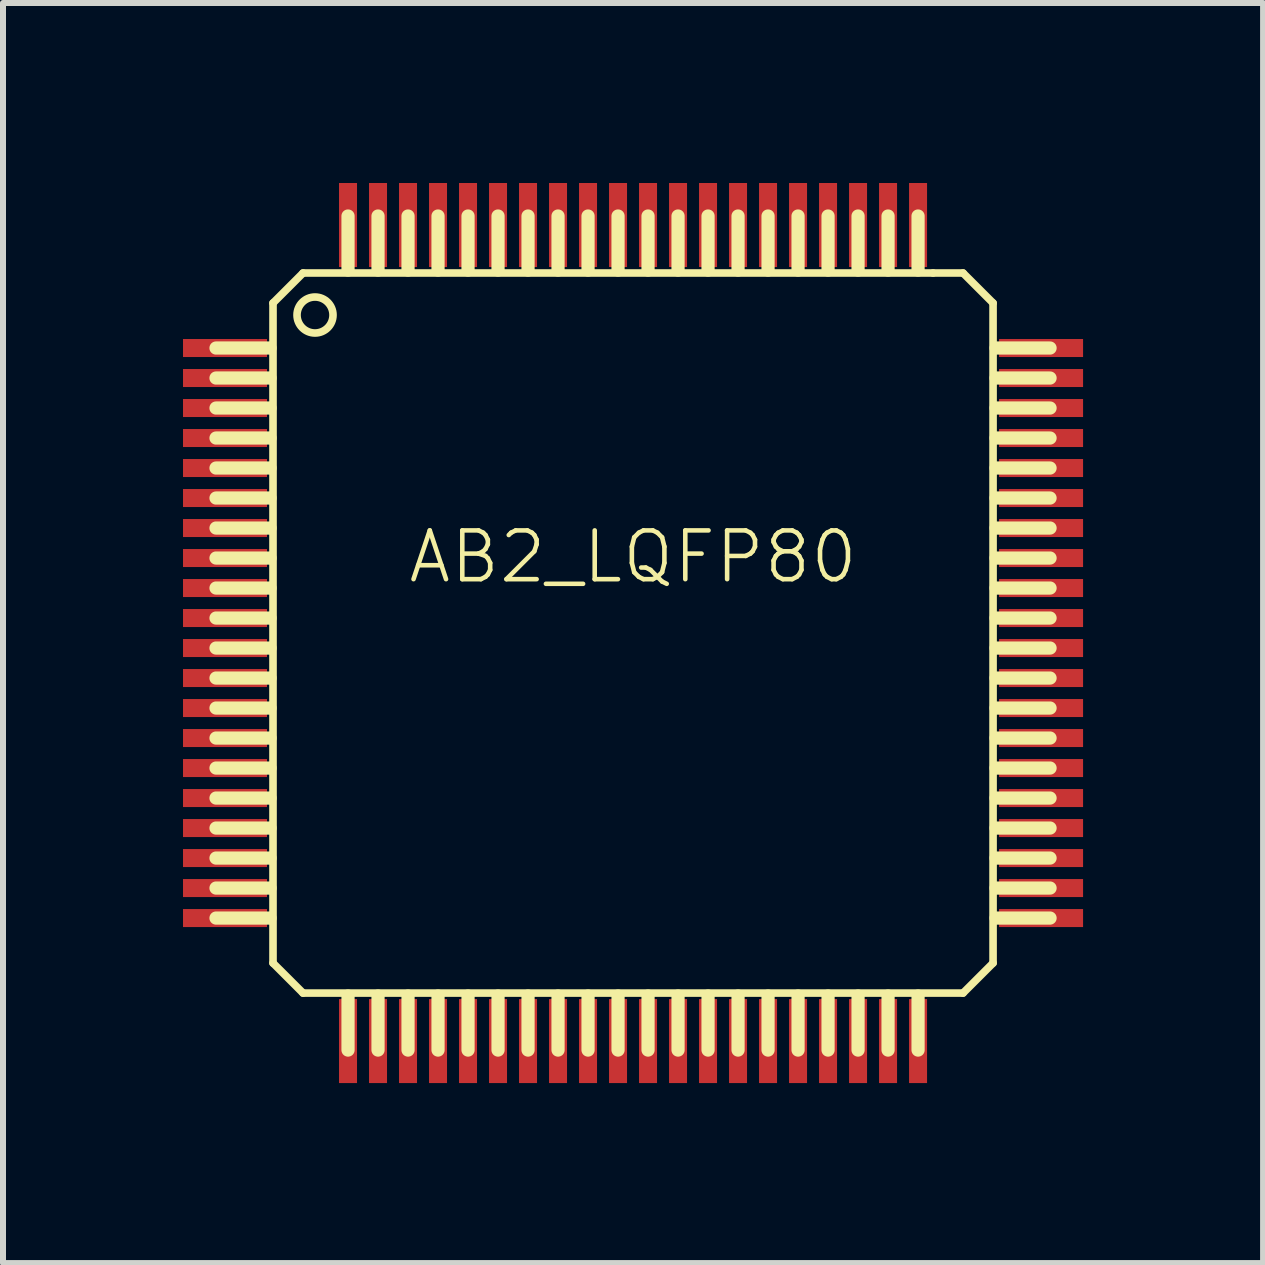
<source format=kicad_pcb>
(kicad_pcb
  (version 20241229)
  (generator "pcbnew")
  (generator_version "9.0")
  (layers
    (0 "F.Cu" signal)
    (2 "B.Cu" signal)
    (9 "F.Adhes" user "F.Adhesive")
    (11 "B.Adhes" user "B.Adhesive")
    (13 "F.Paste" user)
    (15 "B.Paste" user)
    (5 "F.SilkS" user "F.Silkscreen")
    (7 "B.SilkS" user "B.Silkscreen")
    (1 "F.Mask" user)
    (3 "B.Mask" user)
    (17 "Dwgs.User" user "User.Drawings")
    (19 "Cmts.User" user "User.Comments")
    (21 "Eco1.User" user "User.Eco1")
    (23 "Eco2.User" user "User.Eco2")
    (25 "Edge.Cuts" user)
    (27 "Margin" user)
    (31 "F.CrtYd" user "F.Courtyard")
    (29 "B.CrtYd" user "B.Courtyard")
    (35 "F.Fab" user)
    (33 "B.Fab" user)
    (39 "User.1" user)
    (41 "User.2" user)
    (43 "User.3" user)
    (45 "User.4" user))
  (footprint "AB2_LQFP80"
    (layer "F.Cu")
    (at 7.5 7.5)
    (property "Reference" "AB2_LQFP80" (at 0 -1.27 0) (layer "F.SilkS") (effects (font (size 0.813 0.813) (thickness 0.076))))
    (attr through_hole)
    (fp_line (start -6.05 -4.75) (end -6.95 -4.75) (stroke (width 0.22) (type solid)) (layer "F.SilkS"))
    (fp_line (start -6.05 -4.25) (end -6.95 -4.25) (stroke (width 0.22) (type solid)) (layer "F.SilkS"))
    (fp_line (start -6.05 -3.75) (end -6.95 -3.75) (stroke (width 0.22) (type solid)) (layer "F.SilkS"))
    (fp_line (start -6.05 -3.25) (end -6.95 -3.25) (stroke (width 0.22) (type solid)) (layer "F.SilkS"))
    (fp_line (start -6.05 -2.75) (end -6.95 -2.75) (stroke (width 0.22) (type solid)) (layer "F.SilkS"))
    (fp_line (start -6.05 -2.25) (end -6.95 -2.25) (stroke (width 0.22) (type solid)) (layer "F.SilkS"))
    (fp_line (start -6.05 -1.75) (end -6.95 -1.75) (stroke (width 0.22) (type solid)) (layer "F.SilkS"))
    (fp_line (start -6.05 -1.25) (end -6.95 -1.25) (stroke (width 0.22) (type solid)) (layer "F.SilkS"))
    (fp_line (start -6.05 -0.75) (end -6.95 -0.75) (stroke (width 0.22) (type solid)) (layer "F.SilkS"))
    (fp_line (start -6.05 -0.25) (end -6.95 -0.25) (stroke (width 0.22) (type solid)) (layer "F.SilkS"))
    (fp_line (start -6.05 0.25) (end -6.95 0.25) (stroke (width 0.22) (type solid)) (layer "F.SilkS"))
    (fp_line (start -6.05 0.75) (end -6.95 0.75) (stroke (width 0.22) (type solid)) (layer "F.SilkS"))
    (fp_line (start -6.05 1.25) (end -6.95 1.25) (stroke (width 0.22) (type solid)) (layer "F.SilkS"))
    (fp_line (start -6.05 1.75) (end -6.95 1.75) (stroke (width 0.22) (type solid)) (layer "F.SilkS"))
    (fp_line (start -6.05 2.25) (end -6.95 2.25) (stroke (width 0.22) (type solid)) (layer "F.SilkS"))
    (fp_line (start -6.05 2.75) (end -6.95 2.75) (stroke (width 0.22) (type solid)) (layer "F.SilkS"))
    (fp_line (start -6.05 3.25) (end -6.95 3.25) (stroke (width 0.22) (type solid)) (layer "F.SilkS"))
    (fp_line (start -6.05 3.75) (end -6.95 3.75) (stroke (width 0.22) (type solid)) (layer "F.SilkS"))
    (fp_line (start -6.05 4.25) (end -6.95 4.25) (stroke (width 0.22) (type solid)) (layer "F.SilkS"))
    (fp_line (start -6.05 4.75) (end -6.95 4.75) (stroke (width 0.22) (type solid)) (layer "F.SilkS"))
    (fp_line (start -6 -5.5) (end -5.5 -6) (stroke (width 0.127) (type solid)) (layer "F.SilkS"))
    (fp_line (start -6 5.5) (end -6 -5.5) (stroke (width 0.127) (type solid)) (layer "F.SilkS"))
    (fp_line (start -5.5 -6) (end 5 -6) (stroke (width 0.127) (type solid)) (layer "F.SilkS"))
    (fp_line (start -5.5 6) (end -6 5.5) (stroke (width 0.127) (type solid)) (layer "F.SilkS"))
    (fp_line (start -4.75 -6.95) (end -4.75 -6.05) (stroke (width 0.22) (type solid)) (layer "F.SilkS"))
    (fp_line (start -4.75 6.05) (end -4.75 6.95) (stroke (width 0.22) (type solid)) (layer "F.SilkS"))
    (fp_line (start -4.25 -6.95) (end -4.25 -6.05) (stroke (width 0.22) (type solid)) (layer "F.SilkS"))
    (fp_line (start -4.25 6.05) (end -4.25 6.95) (stroke (width 0.22) (type solid)) (layer "F.SilkS"))
    (fp_line (start -3.75 -6.95) (end -3.75 -6.05) (stroke (width 0.22) (type solid)) (layer "F.SilkS"))
    (fp_line (start -3.75 6.05) (end -3.75 6.95) (stroke (width 0.22) (type solid)) (layer "F.SilkS"))
    (fp_line (start -3.25 -6.95) (end -3.25 -6.05) (stroke (width 0.22) (type solid)) (layer "F.SilkS"))
    (fp_line (start -3.25 6.05) (end -3.25 6.95) (stroke (width 0.22) (type solid)) (layer "F.SilkS"))
    (fp_line (start -2.75 -6.95) (end -2.75 -6.05) (stroke (width 0.22) (type solid)) (layer "F.SilkS"))
    (fp_line (start -2.75 6.05) (end -2.75 6.95) (stroke (width 0.22) (type solid)) (layer "F.SilkS"))
    (fp_line (start -2.25 -6.95) (end -2.25 -6.05) (stroke (width 0.22) (type solid)) (layer "F.SilkS"))
    (fp_line (start -2.25 6.05) (end -2.25 6.95) (stroke (width 0.22) (type solid)) (layer "F.SilkS"))
    (fp_line (start -1.75 -6.95) (end -1.75 -6.05) (stroke (width 0.22) (type solid)) (layer "F.SilkS"))
    (fp_line (start -1.75 6.05) (end -1.75 6.95) (stroke (width 0.22) (type solid)) (layer "F.SilkS"))
    (fp_line (start -1.25 -6.95) (end -1.25 -6.05) (stroke (width 0.22) (type solid)) (layer "F.SilkS"))
    (fp_line (start -1.25 6.05) (end -1.25 6.95) (stroke (width 0.22) (type solid)) (layer "F.SilkS"))
    (fp_line (start -0.75 -6.95) (end -0.75 -6.05) (stroke (width 0.22) (type solid)) (layer "F.SilkS"))
    (fp_line (start -0.75 6.05) (end -0.75 6.95) (stroke (width 0.22) (type solid)) (layer "F.SilkS"))
    (fp_line (start -0.25 -6.95) (end -0.25 -6.05) (stroke (width 0.22) (type solid)) (layer "F.SilkS"))
    (fp_line (start -0.25 6.05) (end -0.25 6.95) (stroke (width 0.22) (type solid)) (layer "F.SilkS"))
    (fp_line (start 0.25 -6.95) (end 0.25 -6.05) (stroke (width 0.22) (type solid)) (layer "F.SilkS"))
    (fp_line (start 0.25 6.05) (end 0.25 6.95) (stroke (width 0.22) (type solid)) (layer "F.SilkS"))
    (fp_line (start 0.75 -6.95) (end 0.75 -6.05) (stroke (width 0.22) (type solid)) (layer "F.SilkS"))
    (fp_line (start 0.75 6.05) (end 0.75 6.95) (stroke (width 0.22) (type solid)) (layer "F.SilkS"))
    (fp_line (start 1.25 -6.95) (end 1.25 -6.05) (stroke (width 0.22) (type solid)) (layer "F.SilkS"))
    (fp_line (start 1.25 6.05) (end 1.25 6.95) (stroke (width 0.22) (type solid)) (layer "F.SilkS"))
    (fp_line (start 1.75 -6.95) (end 1.75 -6.05) (stroke (width 0.22) (type solid)) (layer "F.SilkS"))
    (fp_line (start 1.75 6.05) (end 1.75 6.95) (stroke (width 0.22) (type solid)) (layer "F.SilkS"))
    (fp_line (start 2.25 -6.95) (end 2.25 -6.05) (stroke (width 0.22) (type solid)) (layer "F.SilkS"))
    (fp_line (start 2.25 6.05) (end 2.25 6.95) (stroke (width 0.22) (type solid)) (layer "F.SilkS"))
    (fp_line (start 2.75 -6.95) (end 2.75 -6.05) (stroke (width 0.22) (type solid)) (layer "F.SilkS"))
    (fp_line (start 2.75 6.05) (end 2.75 6.95) (stroke (width 0.22) (type solid)) (layer "F.SilkS"))
    (fp_line (start 3.25 -6.95) (end 3.25 -6.05) (stroke (width 0.22) (type solid)) (layer "F.SilkS"))
    (fp_line (start 3.25 6.05) (end 3.25 6.95) (stroke (width 0.22) (type solid)) (layer "F.SilkS"))
    (fp_line (start 3.75 -6.95) (end 3.75 -6.05) (stroke (width 0.22) (type solid)) (layer "F.SilkS"))
    (fp_line (start 3.75 6.05) (end 3.75 6.95) (stroke (width 0.22) (type solid)) (layer "F.SilkS"))
    (fp_line (start 4.25 -6.95) (end 4.25 -6.05) (stroke (width 0.22) (type solid)) (layer "F.SilkS"))
    (fp_line (start 4.25 6.05) (end 4.25 6.95) (stroke (width 0.22) (type solid)) (layer "F.SilkS"))
    (fp_line (start 4.75 -6.95) (end 4.75 -6.05) (stroke (width 0.22) (type solid)) (layer "F.SilkS"))
    (fp_line (start 4.75 6.05) (end 4.75 6.95) (stroke (width 0.22) (type solid)) (layer "F.SilkS"))
    (fp_line (start 5 -6) (end 5.5 -6) (stroke (width 0.127) (type solid)) (layer "F.SilkS"))
    (fp_line (start 5.5 -6) (end 6 -5.5) (stroke (width 0.127) (type solid)) (layer "F.SilkS"))
    (fp_line (start 5.5 6) (end -5.5 6) (stroke (width 0.127) (type solid)) (layer "F.SilkS"))
    (fp_line (start 6 -5.5) (end 6 5.5) (stroke (width 0.127) (type solid)) (layer "F.SilkS"))
    (fp_line (start 6 5.5) (end 5.5 6) (stroke (width 0.127) (type solid)) (layer "F.SilkS"))
    (fp_line (start 6.95 -4.75) (end 6.05 -4.75) (stroke (width 0.22) (type solid)) (layer "F.SilkS"))
    (fp_line (start 6.95 -4.25) (end 6.05 -4.25) (stroke (width 0.22) (type solid)) (layer "F.SilkS"))
    (fp_line (start 6.95 -3.75) (end 6.05 -3.75) (stroke (width 0.22) (type solid)) (layer "F.SilkS"))
    (fp_line (start 6.95 -3.25) (end 6.05 -3.25) (stroke (width 0.22) (type solid)) (layer "F.SilkS"))
    (fp_line (start 6.95 -2.75) (end 6.05 -2.75) (stroke (width 0.22) (type solid)) (layer "F.SilkS"))
    (fp_line (start 6.95 -2.25) (end 6.05 -2.25) (stroke (width 0.22) (type solid)) (layer "F.SilkS"))
    (fp_line (start 6.95 -1.75) (end 6.05 -1.75) (stroke (width 0.22) (type solid)) (layer "F.SilkS"))
    (fp_line (start 6.95 -1.25) (end 6.05 -1.25) (stroke (width 0.22) (type solid)) (layer "F.SilkS"))
    (fp_line (start 6.95 -0.75) (end 6.05 -0.75) (stroke (width 0.22) (type solid)) (layer "F.SilkS"))
    (fp_line (start 6.95 -0.25) (end 6.05 -0.25) (stroke (width 0.22) (type solid)) (layer "F.SilkS"))
    (fp_line (start 6.95 0.25) (end 6.05 0.25) (stroke (width 0.22) (type solid)) (layer "F.SilkS"))
    (fp_line (start 6.95 0.75) (end 6.05 0.75) (stroke (width 0.22) (type solid)) (layer "F.SilkS"))
    (fp_line (start 6.95 1.25) (end 6.05 1.25) (stroke (width 0.22) (type solid)) (layer "F.SilkS"))
    (fp_line (start 6.95 1.75) (end 6.05 1.75) (stroke (width 0.22) (type solid)) (layer "F.SilkS"))
    (fp_line (start 6.95 2.25) (end 6.05 2.25) (stroke (width 0.22) (type solid)) (layer "F.SilkS"))
    (fp_line (start 6.95 2.75) (end 6.05 2.75) (stroke (width 0.22) (type solid)) (layer "F.SilkS"))
    (fp_line (start 6.95 3.25) (end 6.05 3.25) (stroke (width 0.22) (type solid)) (layer "F.SilkS"))
    (fp_line (start 6.95 3.75) (end 6.05 3.75) (stroke (width 0.22) (type solid)) (layer "F.SilkS"))
    (fp_line (start 6.95 4.25) (end 6.05 4.25) (stroke (width 0.22) (type solid)) (layer "F.SilkS"))
    (fp_line (start 6.95 4.75) (end 6.05 4.75) (stroke (width 0.22) (type solid)) (layer "F.SilkS"))
    (fp_circle (center -5.3 -5.3) (end -5.3 -5.6) (stroke (width 0.127) (type solid)) (fill no) (layer "F.SilkS"))
    (pad "1" smd rect (at -6.8 -4.75) (size 1.4 0.3) (layers "F.Cu" "F.Mask" "F.Paste"))
    (pad "2" smd rect (at -6.8 -4.25) (size 1.4 0.3) (layers "F.Cu" "F.Mask" "F.Paste"))
    (pad "3" smd rect (at -6.8 -3.75) (size 1.4 0.3) (layers "F.Cu" "F.Mask" "F.Paste"))
    (pad "4" smd rect (at -6.8 -3.25) (size 1.4 0.3) (layers "F.Cu" "F.Mask" "F.Paste"))
    (pad "5" smd rect (at -6.8 -2.75) (size 1.4 0.3) (layers "F.Cu" "F.Mask" "F.Paste"))
    (pad "6" smd rect (at -6.8 -2.25) (size 1.4 0.3) (layers "F.Cu" "F.Mask" "F.Paste"))
    (pad "7" smd rect (at -6.8 -1.75) (size 1.4 0.3) (layers "F.Cu" "F.Mask" "F.Paste"))
    (pad "8" smd rect (at -6.8 -1.25) (size 1.4 0.3) (layers "F.Cu" "F.Mask" "F.Paste"))
    (pad "9" smd rect (at -6.8 -0.75) (size 1.4 0.3) (layers "F.Cu" "F.Mask" "F.Paste"))
    (pad "10" smd rect (at -6.8 -0.25) (size 1.4 0.3) (layers "F.Cu" "F.Mask" "F.Paste"))
    (pad "11" smd rect (at -6.8 0.25) (size 1.4 0.3) (layers "F.Cu" "F.Mask" "F.Paste"))
    (pad "12" smd rect (at -6.8 0.75) (size 1.4 0.3) (layers "F.Cu" "F.Mask" "F.Paste"))
    (pad "13" smd rect (at -6.8 1.25) (size 1.4 0.3) (layers "F.Cu" "F.Mask" "F.Paste"))
    (pad "14" smd rect (at -6.8 1.75) (size 1.4 0.3) (layers "F.Cu" "F.Mask" "F.Paste"))
    (pad "15" smd rect (at -6.8 2.25) (size 1.4 0.3) (layers "F.Cu" "F.Mask" "F.Paste"))
    (pad "16" smd rect (at -6.8 2.75) (size 1.4 0.3) (layers "F.Cu" "F.Mask" "F.Paste"))
    (pad "17" smd rect (at -6.8 3.25) (size 1.4 0.3) (layers "F.Cu" "F.Mask" "F.Paste"))
    (pad "18" smd rect (at -6.8 3.75) (size 1.4 0.3) (layers "F.Cu" "F.Mask" "F.Paste"))
    (pad "19" smd rect (at -6.8 4.25) (size 1.4 0.3) (layers "F.Cu" "F.Mask" "F.Paste"))
    (pad "20" smd rect (at -6.8 4.75) (size 1.4 0.3) (layers "F.Cu" "F.Mask" "F.Paste"))
    (pad "21" smd rect (at -4.75 6.8 90) (size 1.4 0.3) (layers "F.Cu" "F.Mask" "F.Paste"))
    (pad "22" smd rect (at -4.25 6.8 90) (size 1.4 0.3) (layers "F.Cu" "F.Mask" "F.Paste"))
    (pad "23" smd rect (at -3.75 6.8 90) (size 1.4 0.3) (layers "F.Cu" "F.Mask" "F.Paste"))
    (pad "24" smd rect (at -3.25 6.8 90) (size 1.4 0.3) (layers "F.Cu" "F.Mask" "F.Paste"))
    (pad "25" smd rect (at -2.75 6.8 90) (size 1.4 0.3) (layers "F.Cu" "F.Mask" "F.Paste"))
    (pad "26" smd rect (at -2.25 6.8 90) (size 1.4 0.3) (layers "F.Cu" "F.Mask" "F.Paste"))
    (pad "27" smd rect (at -1.75 6.8 90) (size 1.4 0.3) (layers "F.Cu" "F.Mask" "F.Paste"))
    (pad "28" smd rect (at -1.25 6.8 90) (size 1.4 0.3) (layers "F.Cu" "F.Mask" "F.Paste"))
    (pad "29" smd rect (at -0.75 6.8 90) (size 1.4 0.3) (layers "F.Cu" "F.Mask" "F.Paste"))
    (pad "30" smd rect (at -0.25 6.8 90) (size 1.4 0.3) (layers "F.Cu" "F.Mask" "F.Paste"))
    (pad "31" smd rect (at 0.25 6.8 90) (size 1.4 0.3) (layers "F.Cu" "F.Mask" "F.Paste"))
    (pad "32" smd rect (at 0.75 6.8 90) (size 1.4 0.3) (layers "F.Cu" "F.Mask" "F.Paste"))
    (pad "33" smd rect (at 1.25 6.8 90) (size 1.4 0.3) (layers "F.Cu" "F.Mask" "F.Paste"))
    (pad "34" smd rect (at 1.75 6.8 90) (size 1.4 0.3) (layers "F.Cu" "F.Mask" "F.Paste"))
    (pad "35" smd rect (at 2.25 6.8 90) (size 1.4 0.3) (layers "F.Cu" "F.Mask" "F.Paste"))
    (pad "36" smd rect (at 2.75 6.8 90) (size 1.4 0.3) (layers "F.Cu" "F.Mask" "F.Paste"))
    (pad "37" smd rect (at 3.25 6.8 90) (size 1.4 0.3) (layers "F.Cu" "F.Mask" "F.Paste"))
    (pad "38" smd rect (at 3.75 6.8 90) (size 1.4 0.3) (layers "F.Cu" "F.Mask" "F.Paste"))
    (pad "39" smd rect (at 4.25 6.8 90) (size 1.4 0.3) (layers "F.Cu" "F.Mask" "F.Paste"))
    (pad "40" smd rect (at 4.75 6.8 90) (size 1.4 0.3) (layers "F.Cu" "F.Mask" "F.Paste"))
    (pad "41" smd rect (at 6.8 4.75 180) (size 1.4 0.3) (layers "F.Cu" "F.Mask" "F.Paste"))
    (pad "42" smd rect (at 6.8 4.25 180) (size 1.4 0.3) (layers "F.Cu" "F.Mask" "F.Paste"))
    (pad "43" smd rect (at 6.8 3.75 180) (size 1.4 0.3) (layers "F.Cu" "F.Mask" "F.Paste"))
    (pad "44" smd rect (at 6.8 3.25 180) (size 1.4 0.3) (layers "F.Cu" "F.Mask" "F.Paste"))
    (pad "45" smd rect (at 6.8 2.75 180) (size 1.4 0.3) (layers "F.Cu" "F.Mask" "F.Paste"))
    (pad "46" smd rect (at 6.8 2.25 180) (size 1.4 0.3) (layers "F.Cu" "F.Mask" "F.Paste"))
    (pad "47" smd rect (at 6.8 1.75 180) (size 1.4 0.3) (layers "F.Cu" "F.Mask" "F.Paste"))
    (pad "48" smd rect (at 6.8 1.25 180) (size 1.4 0.3) (layers "F.Cu" "F.Mask" "F.Paste"))
    (pad "49" smd rect (at 6.8 0.75 180) (size 1.4 0.3) (layers "F.Cu" "F.Mask" "F.Paste"))
    (pad "50" smd rect (at 6.8 0.25 180) (size 1.4 0.3) (layers "F.Cu" "F.Mask" "F.Paste"))
    (pad "51" smd rect (at 6.8 -0.25 180) (size 1.4 0.3) (layers "F.Cu" "F.Mask" "F.Paste"))
    (pad "52" smd rect (at 6.8 -0.75 180) (size 1.4 0.3) (layers "F.Cu" "F.Mask" "F.Paste"))
    (pad "53" smd rect (at 6.8 -1.25 180) (size 1.4 0.3) (layers "F.Cu" "F.Mask" "F.Paste"))
    (pad "54" smd rect (at 6.8 -1.75 180) (size 1.4 0.3) (layers "F.Cu" "F.Mask" "F.Paste"))
    (pad "55" smd rect (at 6.8 -2.25 180) (size 1.4 0.3) (layers "F.Cu" "F.Mask" "F.Paste"))
    (pad "56" smd rect (at 6.8 -2.75 180) (size 1.4 0.3) (layers "F.Cu" "F.Mask" "F.Paste"))
    (pad "57" smd rect (at 6.8 -3.25 180) (size 1.4 0.3) (layers "F.Cu" "F.Mask" "F.Paste"))
    (pad "58" smd rect (at 6.8 -3.75 180) (size 1.4 0.3) (layers "F.Cu" "F.Mask" "F.Paste"))
    (pad "59" smd rect (at 6.8 -4.25 180) (size 1.4 0.3) (layers "F.Cu" "F.Mask" "F.Paste"))
    (pad "60" smd rect (at 6.8 -4.75 180) (size 1.4 0.3) (layers "F.Cu" "F.Mask" "F.Paste"))
    (pad "61" smd rect (at 4.75 -6.8 90) (size 1.4 0.3) (layers "F.Cu" "F.Mask" "F.Paste"))
    (pad "62" smd rect (at 4.25 -6.8 90) (size 1.4 0.3) (layers "F.Cu" "F.Mask" "F.Paste"))
    (pad "63" smd rect (at 3.75 -6.8 90) (size 1.4 0.3) (layers "F.Cu" "F.Mask" "F.Paste"))
    (pad "64" smd rect (at 3.25 -6.8 90) (size 1.4 0.3) (layers "F.Cu" "F.Mask" "F.Paste"))
    (pad "65" smd rect (at 2.75 -6.8 90) (size 1.4 0.3) (layers "F.Cu" "F.Mask" "F.Paste"))
    (pad "66" smd rect (at 2.25 -6.8 90) (size 1.4 0.3) (layers "F.Cu" "F.Mask" "F.Paste"))
    (pad "67" smd rect (at 1.75 -6.8 90) (size 1.4 0.3) (layers "F.Cu" "F.Mask" "F.Paste"))
    (pad "68" smd rect (at 1.25 -6.8 90) (size 1.4 0.3) (layers "F.Cu" "F.Mask" "F.Paste"))
    (pad "69" smd rect (at 0.75 -6.8 90) (size 1.4 0.3) (layers "F.Cu" "F.Mask" "F.Paste"))
    (pad "70" smd rect (at 0.25 -6.8 90) (size 1.4 0.3) (layers "F.Cu" "F.Mask" "F.Paste"))
    (pad "71" smd rect (at -0.25 -6.8 90) (size 1.4 0.3) (layers "F.Cu" "F.Mask" "F.Paste"))
    (pad "72" smd rect (at -0.75 -6.8 90) (size 1.4 0.3) (layers "F.Cu" "F.Mask" "F.Paste"))
    (pad "73" smd rect (at -1.25 -6.8 90) (size 1.4 0.3) (layers "F.Cu" "F.Mask" "F.Paste"))
    (pad "74" smd rect (at -1.75 -6.8 90) (size 1.4 0.3) (layers "F.Cu" "F.Mask" "F.Paste"))
    (pad "75" smd rect (at -2.25 -6.8 90) (size 1.4 0.3) (layers "F.Cu" "F.Mask" "F.Paste"))
    (pad "76" smd rect (at -2.75 -6.8 90) (size 1.4 0.3) (layers "F.Cu" "F.Mask" "F.Paste"))
    (pad "77" smd rect (at -3.25 -6.8 90) (size 1.4 0.3) (layers "F.Cu" "F.Mask" "F.Paste"))
    (pad "78" smd rect (at -3.75 -6.8 90) (size 1.4 0.3) (layers "F.Cu" "F.Mask" "F.Paste"))
    (pad "79" smd rect (at -4.25 -6.8 90) (size 1.4 0.3) (layers "F.Cu" "F.Mask" "F.Paste"))
    (pad "80" smd rect (at -4.75 -6.8 90) (size 1.4 0.3) (layers "F.Cu" "F.Mask" "F.Paste")))
  (gr_rect
    (start -3 -3)
    (end 18 18)
    (stroke (width 0.1) (type default))
    (fill no)
    (layer "Edge.Cuts")))
</source>
